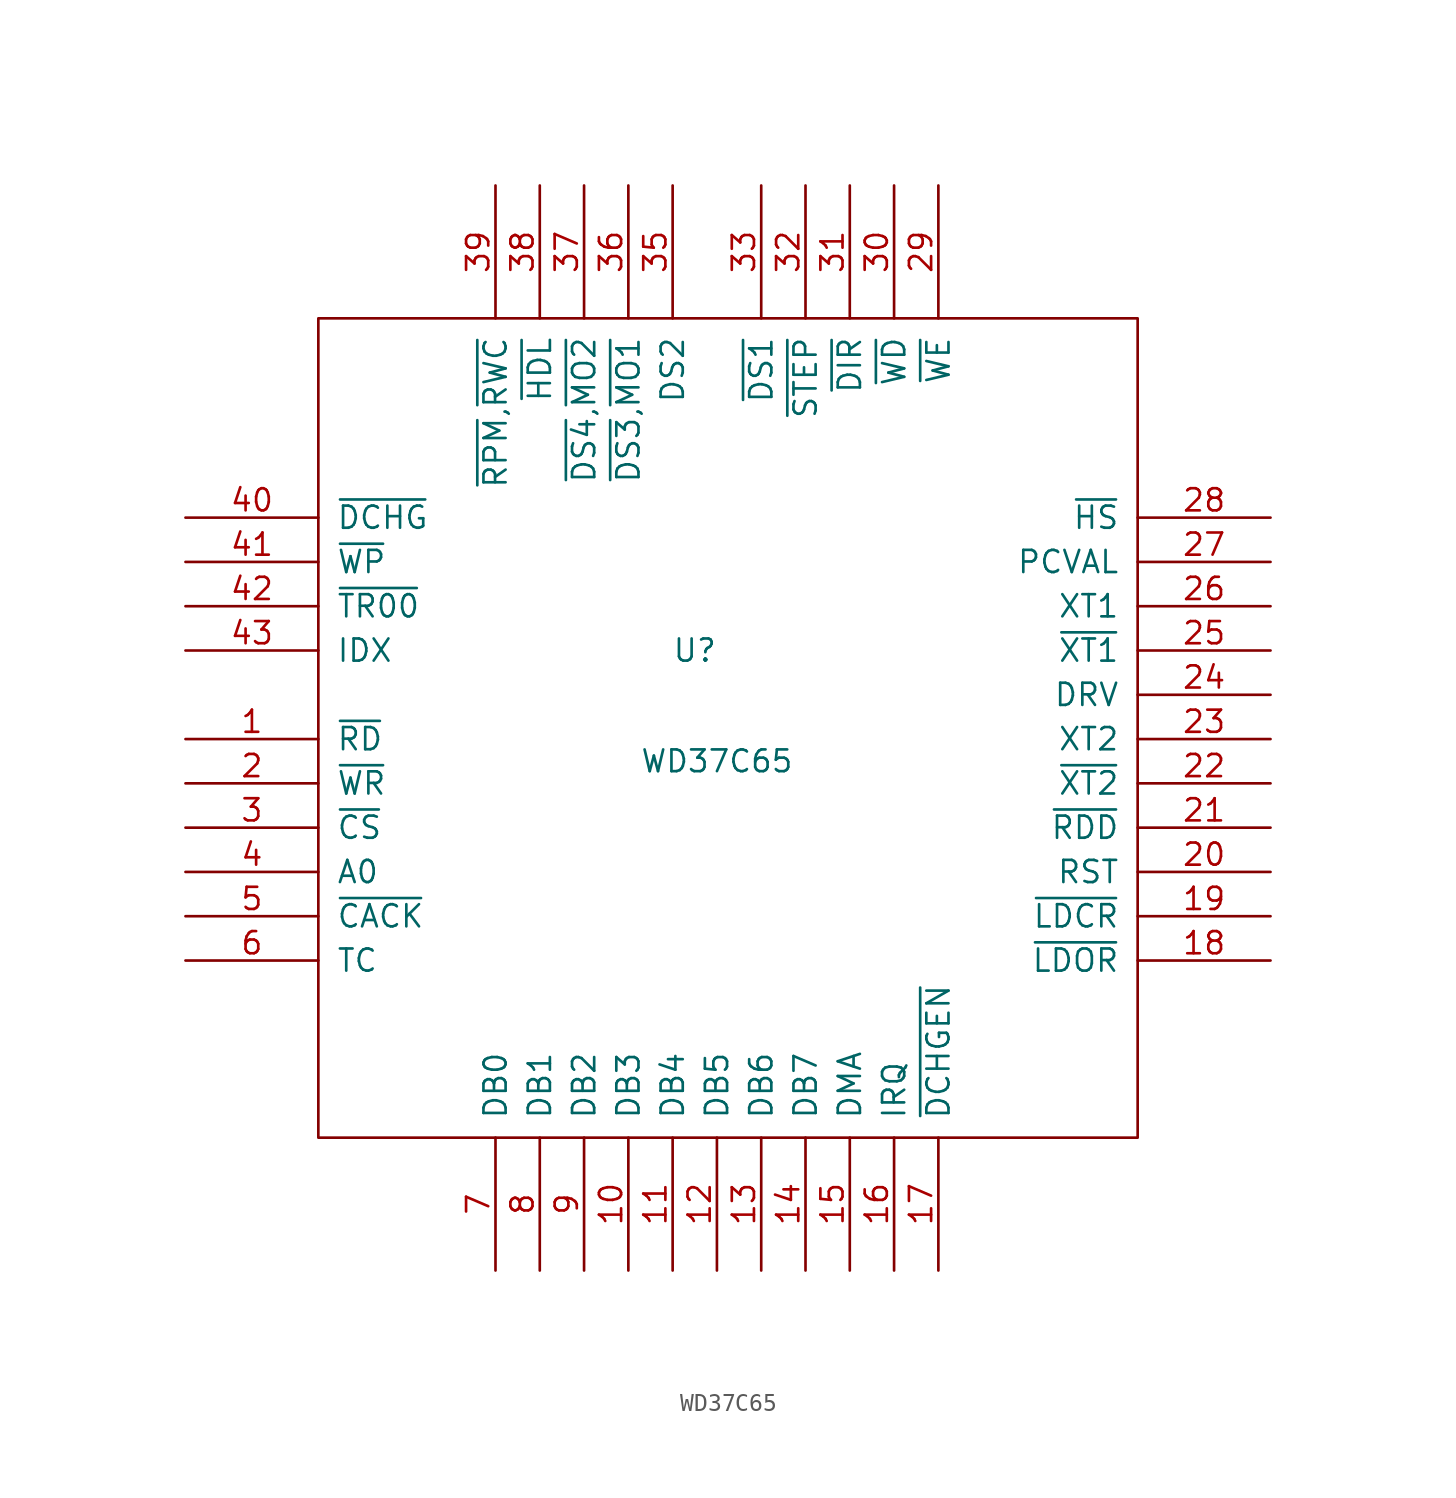
<source format=kicad_sym>
(kicad_symbol_lib
  (version 20231120)
  (generator "kicad_symbol_editor")
  (generator_version "8.0")
  (symbol "WD37C65"
    (pin_names
      (offset 1.016))
    (property "Reference" "U"
      (at -1.27 5.08 0)
      (effects (font (size 1.27 1.27))))
    (property "Value" "WD37C65"
      (at 0 -1.27 0)
      (effects (font (size 1.245 1.245))))
    (property "Footprint" ""
      (at 0 0 0)
      (effects (font (size 1.27 1.27))))
    (property "Datasheet" ""
      (at 0 0 0)
      (effects (font (size 1.27 1.27))))
    (symbol "WD37C65_0_1"
      (rectangle (start -22.86 24.13) (end 24.13 -22.86) (stroke (width 0) (type solid)) (fill (type none))))
    (symbol "WD37C65_1_1"
      (pin input line (at -30.48 0 0) (length 7.62) (name "~{RD}" (effects (font (size 1.27 1.27)))) (number "1" (effects (font (size 1.27 1.27)))))
      (pin tri_state line (at -5.08 -30.48 90) (length 7.62) (name "DB3" (effects (font (size 1.27 1.27)))) (number "10" (effects (font (size 1.27 1.27)))))
      (pin tri_state line (at -2.54 -30.48 90) (length 7.62) (name "DB4" (effects (font (size 1.27 1.27)))) (number "11" (effects (font (size 1.27 1.27)))))
      (pin tri_state line (at 0 -30.48 90) (length 7.62) (name "DB5" (effects (font (size 1.27 1.27)))) (number "12" (effects (font (size 1.27 1.27)))))
      (pin tri_state line (at 2.54 -30.48 90) (length 7.62) (name "DB6" (effects (font (size 1.27 1.27)))) (number "13" (effects (font (size 1.27 1.27)))))
      (pin tri_state line (at 5.08 -30.48 90) (length 7.62) (name "DB7" (effects (font (size 1.27 1.27)))) (number "14" (effects (font (size 1.27 1.27)))))
      (pin tri_state line (at 7.62 -30.48 90) (length 7.62) (name "DMA" (effects (font (size 1.27 1.27)))) (number "15" (effects (font (size 1.27 1.27)))))
      (pin tri_state line (at 10.16 -30.48 90) (length 7.62) (name "IRQ" (effects (font (size 1.27 1.27)))) (number "16" (effects (font (size 1.27 1.27)))))
      (pin tri_state line (at 12.7 -30.48 90) (length 7.62) (name "~{DCHGEN}" (effects (font (size 1.27 1.27)))) (number "17" (effects (font (size 1.27 1.27)))))
      (pin input line (at 31.75 -12.7 180) (length 7.62) (name "~{LDOR}" (effects (font (size 1.27 1.27)))) (number "18" (effects (font (size 1.27 1.27)))))
      (pin input line (at 31.75 -10.16 180) (length 7.62) (name "~{LDCR}" (effects (font (size 1.27 1.27)))) (number "19" (effects (font (size 1.27 1.27)))))
      (pin input line (at -30.48 -2.54 0) (length 7.62) (name "~{WR}" (effects (font (size 1.27 1.27)))) (number "2" (effects (font (size 1.27 1.27)))))
      (pin input line (at 31.75 -7.62 180) (length 7.62) (name "RST" (effects (font (size 1.27 1.27)))) (number "20" (effects (font (size 1.27 1.27)))))
      (pin input line (at 31.75 -5.08 180) (length 7.62) (name "~{RDD}" (effects (font (size 1.27 1.27)))) (number "21" (effects (font (size 1.27 1.27)))))
      (pin input line (at 31.75 -2.54 180) (length 7.62) (name "~{XT2}" (effects (font (size 1.27 1.27)))) (number "22" (effects (font (size 1.27 1.27)))))
      (pin input line (at 31.75 0 180) (length 7.62) (name "XT2" (effects (font (size 1.27 1.27)))) (number "23" (effects (font (size 1.27 1.27)))))
      (pin input line (at 31.75 2.54 180) (length 7.62) (name "DRV" (effects (font (size 1.27 1.27)))) (number "24" (effects (font (size 1.27 1.27)))))
      (pin input line (at 31.75 5.08 180) (length 7.62) (name "~{XT1}" (effects (font (size 1.27 1.27)))) (number "25" (effects (font (size 1.27 1.27)))))
      (pin input line (at 31.75 7.62 180) (length 7.62) (name "XT1" (effects (font (size 1.27 1.27)))) (number "26" (effects (font (size 1.27 1.27)))))
      (pin input line (at 31.75 10.16 180) (length 7.62) (name "PCVAL" (effects (font (size 1.27 1.27)))) (number "27" (effects (font (size 1.27 1.27)))))
      (pin input line (at 31.75 12.7 180) (length 7.62) (name "~{HS}" (effects (font (size 1.27 1.27)))) (number "28" (effects (font (size 1.27 1.27)))))
      (pin input line (at 12.7 31.75 270) (length 7.62) (name "~{WE}" (effects (font (size 1.27 1.27)))) (number "29" (effects (font (size 1.27 1.27)))))
      (pin input line (at -30.48 -5.08 0) (length 7.62) (name "~{CS}" (effects (font (size 1.27 1.27)))) (number "3" (effects (font (size 1.27 1.27)))))
      (pin input line (at 10.16 31.75 270) (length 7.62) (name "~{WD}" (effects (font (size 1.27 1.27)))) (number "30" (effects (font (size 1.27 1.27)))))
      (pin input line (at 7.62 31.75 270) (length 7.62) (name "~{DIR}" (effects (font (size 1.27 1.27)))) (number "31" (effects (font (size 1.27 1.27)))))
      (pin input line (at 5.08 31.75 270) (length 7.62) (name "~{STEP}" (effects (font (size 1.27 1.27)))) (number "32" (effects (font (size 1.27 1.27)))))
      (pin input line (at 2.54 31.75 270) (length 7.62) (name "~{DS1}" (effects (font (size 1.27 1.27)))) (number "33" (effects (font (size 1.27 1.27)))))
      (pin power_in line (at 0 31.75 270) (length 7.62) hide (name "VSS" (effects (font (size 1.27 1.27)))) (number "34" (effects (font (size 1.27 1.27)))))
      (pin input line (at -2.54 31.75 270) (length 7.62) (name "DS2" (effects (font (size 1.27 1.27)))) (number "35" (effects (font (size 1.27 1.27)))))
      (pin input line (at -5.08 31.75 270) (length 7.62) (name "~{DS3},~{MO1}" (effects (font (size 1.27 1.27)))) (number "36" (effects (font (size 1.27 1.27)))))
      (pin input line (at -7.62 31.75 270) (length 7.62) (name "~{DS4},~{MO2}" (effects (font (size 1.27 1.27)))) (number "37" (effects (font (size 1.27 1.27)))))
      (pin input line (at -10.16 31.75 270) (length 7.62) (name "~{HDL}" (effects (font (size 1.27 1.27)))) (number "38" (effects (font (size 1.27 1.27)))))
      (pin input line (at -12.7 31.75 270) (length 7.62) (name "~{RPM},~{RWC}" (effects (font (size 1.27 1.27)))) (number "39" (effects (font (size 1.27 1.27)))))
      (pin input line (at -30.48 -7.62 0) (length 7.62) (name "A0" (effects (font (size 1.27 1.27)))) (number "4" (effects (font (size 1.27 1.27)))))
      (pin input line (at -30.48 12.7 0) (length 7.62) (name "~{DCHG}" (effects (font (size 1.27 1.27)))) (number "40" (effects (font (size 1.27 1.27)))))
      (pin input line (at -30.48 10.16 0) (length 7.62) (name "~{WP}" (effects (font (size 1.27 1.27)))) (number "41" (effects (font (size 1.27 1.27)))))
      (pin input line (at -30.48 7.62 0) (length 7.62) (name "~{TR00}" (effects (font (size 1.27 1.27)))) (number "42" (effects (font (size 1.27 1.27)))))
      (pin input line (at -30.48 5.08 0) (length 7.62) (name "IDX" (effects (font (size 1.27 1.27)))) (number "43" (effects (font (size 1.27 1.27)))))
      (pin power_in line (at -30.48 2.54 0) (length 7.62) hide (name "VCC" (effects (font (size 1.27 1.27)))) (number "44" (effects (font (size 1.27 1.27)))))
      (pin input line (at -30.48 -10.16 0) (length 7.62) (name "~{CACK}" (effects (font (size 1.27 1.27)))) (number "5" (effects (font (size 1.27 1.27)))))
      (pin input line (at -30.48 -12.7 0) (length 7.62) (name "TC" (effects (font (size 1.27 1.27)))) (number "6" (effects (font (size 1.27 1.27)))))
      (pin tri_state line (at -12.7 -30.48 90) (length 7.62) (name "DB0" (effects (font (size 1.27 1.27)))) (number "7" (effects (font (size 1.27 1.27)))))
      (pin tri_state line (at -10.16 -30.48 90) (length 7.62) (name "DB1" (effects (font (size 1.27 1.27)))) (number "8" (effects (font (size 1.27 1.27)))))
      (pin tri_state line (at -7.62 -30.48 90) (length 7.62) (name "DB2" (effects (font (size 1.27 1.27)))) (number "9" (effects (font (size 1.27 1.27))))))))
</source>
